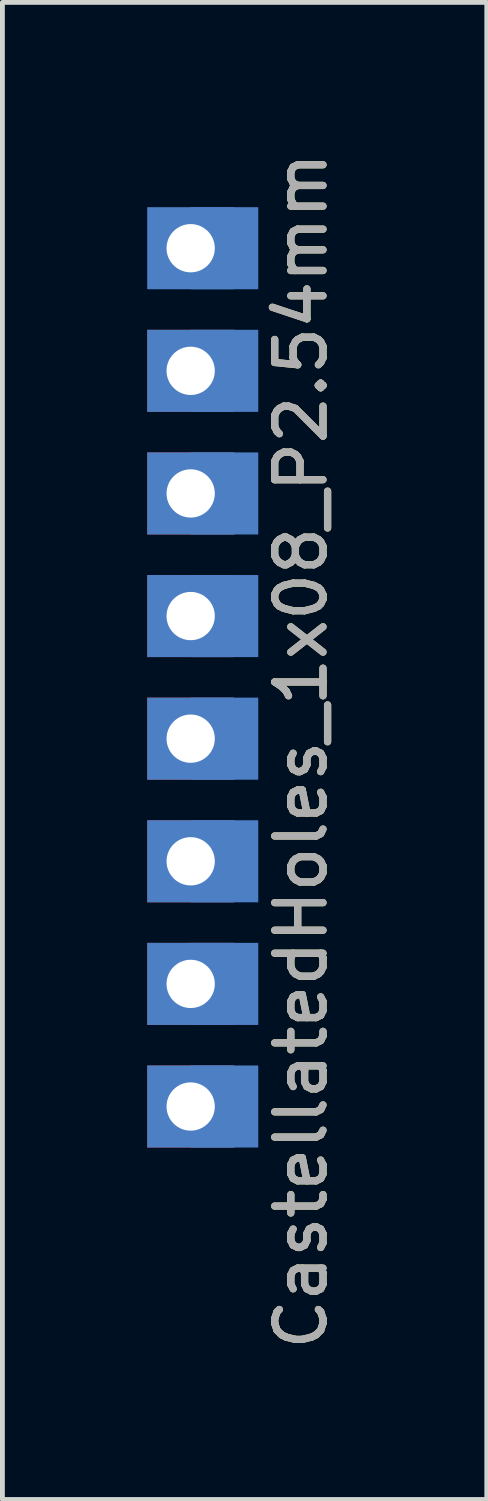
<source format=kicad_pcb>
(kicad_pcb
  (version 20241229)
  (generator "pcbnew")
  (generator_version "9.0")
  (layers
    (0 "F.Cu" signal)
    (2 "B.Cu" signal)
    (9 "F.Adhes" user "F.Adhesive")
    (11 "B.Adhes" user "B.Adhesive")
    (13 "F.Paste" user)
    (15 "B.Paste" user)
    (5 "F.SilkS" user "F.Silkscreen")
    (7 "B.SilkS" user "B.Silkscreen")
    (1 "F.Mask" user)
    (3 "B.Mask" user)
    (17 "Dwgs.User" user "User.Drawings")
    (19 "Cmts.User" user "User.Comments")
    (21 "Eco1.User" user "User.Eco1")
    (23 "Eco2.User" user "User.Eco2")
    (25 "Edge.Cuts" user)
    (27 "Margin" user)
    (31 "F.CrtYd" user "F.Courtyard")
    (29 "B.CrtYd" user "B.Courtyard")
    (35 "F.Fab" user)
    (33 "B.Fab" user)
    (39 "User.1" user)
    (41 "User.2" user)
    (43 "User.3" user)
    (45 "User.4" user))
  (footprint "CastellatedHoles_1x08_P2.54mm"
    (layer "F.Cu")
    (at 0.9 2.092)
    (property "Reference" "CastellatedHoles_1x08_P2.54mm" (at 2.286 10.414 90) (layer "F.SilkS") (effects (font (size 1 1) (thickness 0.15))))
    (attr exclude_from_pos_files exclude_from_bom)
    (fp_text user "${REFERENCE}" (at 2.286 10.414 90) (layer "F.Fab") (effects (font (size 1 1) (thickness 0.15))))
    (pad "1" thru_hole rect (at 0 0) (size 1.8 1.7) (drill 1) (property pad_prop_castellated) (layers "*.Cu" "*.Mask") (remove_unused_layers yes) (zone_layer_connections))
    (pad "1" smd rect (at 0.7 0) (size 1.4 1.7) (layers "B.Cu" "B.Mask"))
    (pad "2" thru_hole rect (at 0 2.54) (size 1.8 1.7) (drill 1) (property pad_prop_castellated) (layers "*.Cu" "*.Mask"))
    (pad "2" smd rect (at 0.7 2.54) (size 1.4 1.7) (layers "B.Cu" "B.Mask"))
    (pad "3" thru_hole rect (at 0 5.08) (size 1.8 1.7) (drill 1) (property pad_prop_castellated) (layers "*.Cu" "*.Mask"))
    (pad "3" smd rect (at 0.7 5.08) (size 1.4 1.7) (layers "B.Cu" "B.Mask"))
    (pad "4" thru_hole rect (at 0 7.62) (size 1.8 1.7) (drill 1) (property pad_prop_castellated) (layers "*.Cu" "*.Mask"))
    (pad "4" smd rect (at 0.7 7.62) (size 1.4 1.7) (layers "B.Cu" "B.Mask"))
    (pad "5" thru_hole rect (at 0 10.16) (size 1.8 1.7) (drill 1) (property pad_prop_castellated) (layers "*.Cu" "*.Mask"))
    (pad "5" smd rect (at 0.7 10.16) (size 1.4 1.7) (layers "B.Cu" "B.Mask"))
    (pad "6" thru_hole rect (at 0 12.7) (size 1.8 1.7) (drill 1) (property pad_prop_castellated) (layers "*.Cu" "*.Mask"))
    (pad "6" smd rect (at 0.7 12.7) (size 1.4 1.7) (layers "B.Cu" "B.Mask"))
    (pad "7" thru_hole rect (at 0 15.24) (size 1.8 1.7) (drill 1) (property pad_prop_castellated) (layers "*.Cu" "*.Mask"))
    (pad "7" smd rect (at 0.7 15.24) (size 1.4 1.7) (layers "B.Cu" "B.Mask"))
    (pad "8" thru_hole rect (at 0 17.78) (size 1.8 1.7) (drill 1) (property pad_prop_castellated) (layers "*.Cu" "*.Mask"))
    (pad "8" smd rect (at 0.7 17.78) (size 1.4 1.7) (layers "B.Cu" "B.Mask")))
  (gr_rect
    (start -3 -3)
    (end 7.034 28.012)
    (stroke (width 0.1) (type default))
    (fill no)
    (layer "Edge.Cuts")))
</source>
